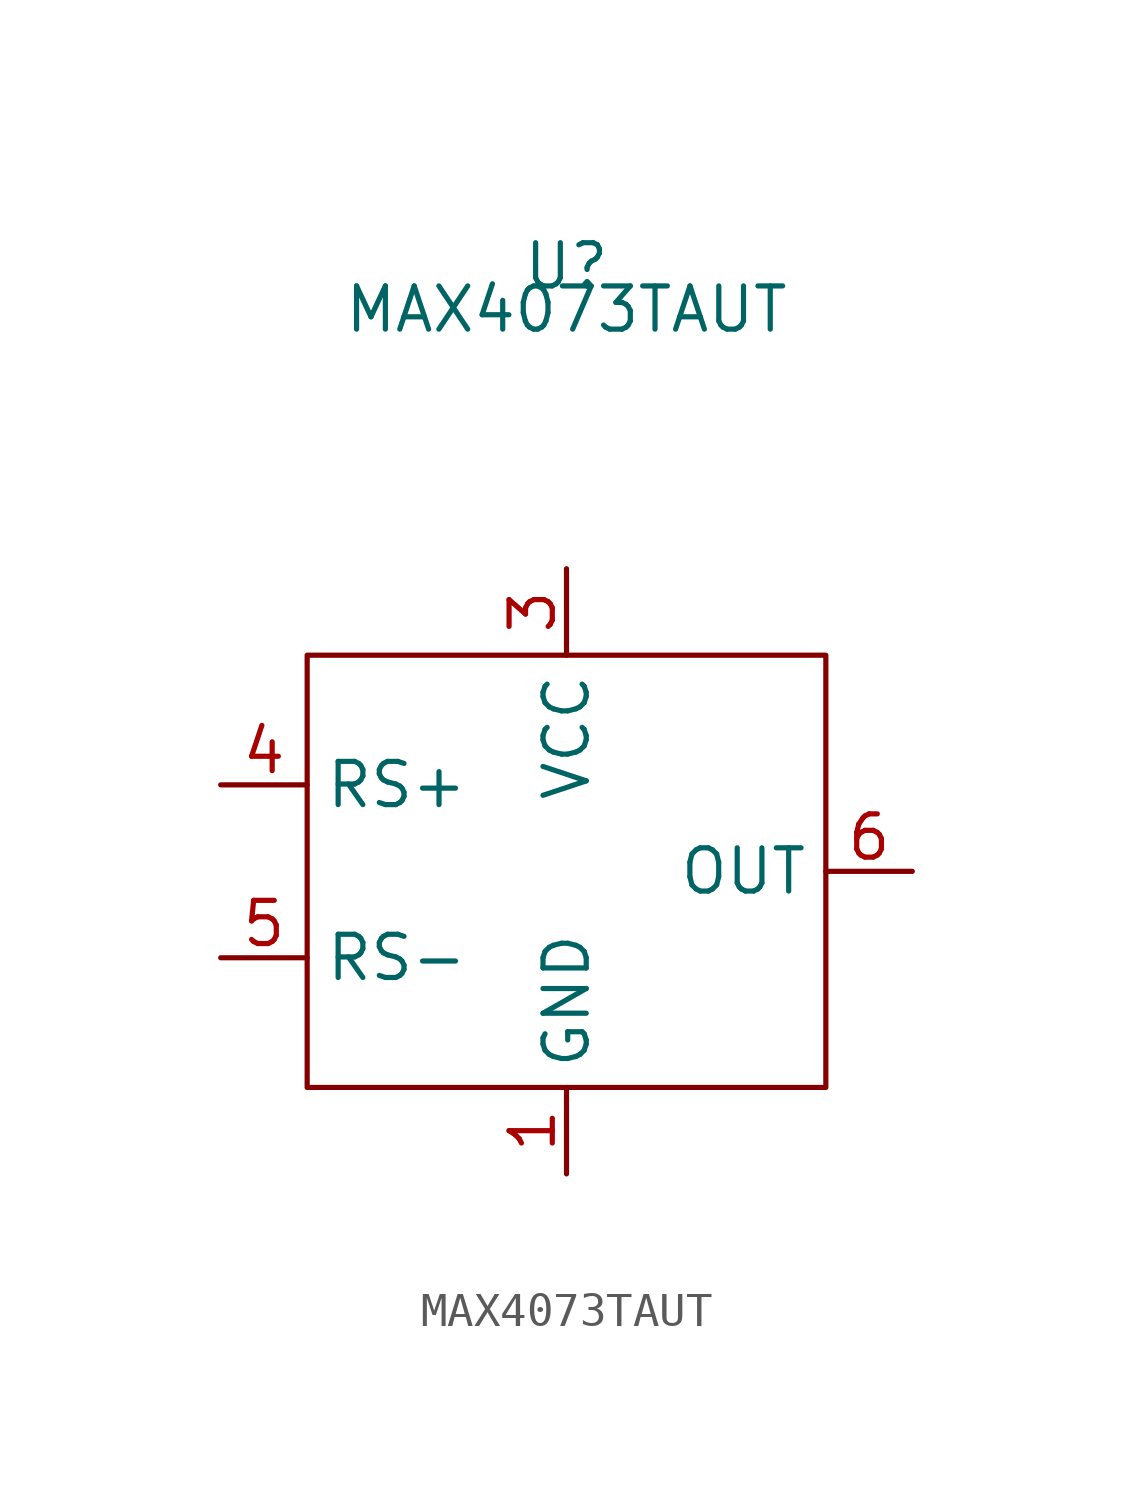
<source format=kicad_sym>
(kicad_symbol_lib
  (version 20211014)
  (generator kicad_symbol_editor)
  (symbol "MAX4073TAUT"
    (property "Reference" "U"
      (at 0 17.78 0)
      (effects (font (size 1.27 1.27))))
    (property "Value" "MAX4073TAUT"
      (at 0 16.51 0)
      (effects (font (size 1.27 1.27))))
    (symbol "MAX4073TAUT_0_1"
      (rectangle (start -7.62 6.35) (end 7.62 -6.35) (stroke (width 0) (type default) (color 0 0 0 0)) (fill (type none))))
    (symbol "MAX4073TAUT_1_1"
      (pin passive line (at 0 -8.89 90) (length 2.54) (name "GND" (effects (font (size 1.27 1.27)))) (number "1" (effects (font (size 1.27 1.27)))))
      (pin passive line (at 0 -8.89 90) (length 2.54) hide (name "GND" (effects (font (size 1.27 1.27)))) (number "2" (effects (font (size 1.27 1.27)))))
      (pin passive line (at 0 8.89 270) (length 2.54) (name "VCC" (effects (font (size 1.27 1.27)))) (number "3" (effects (font (size 1.27 1.27)))))
      (pin passive line (at -10.16 2.54 0) (length 2.54) (name "RS+" (effects (font (size 1.27 1.27)))) (number "4" (effects (font (size 1.27 1.27)))))
      (pin passive line (at -10.16 -2.54 0) (length 2.54) (name "RS-" (effects (font (size 1.27 1.27)))) (number "5" (effects (font (size 1.27 1.27)))))
      (pin passive line (at 10.16 0 180) (length 2.54) (name "OUT" (effects (font (size 1.27 1.27)))) (number "6" (effects (font (size 1.27 1.27))))))))
</source>
